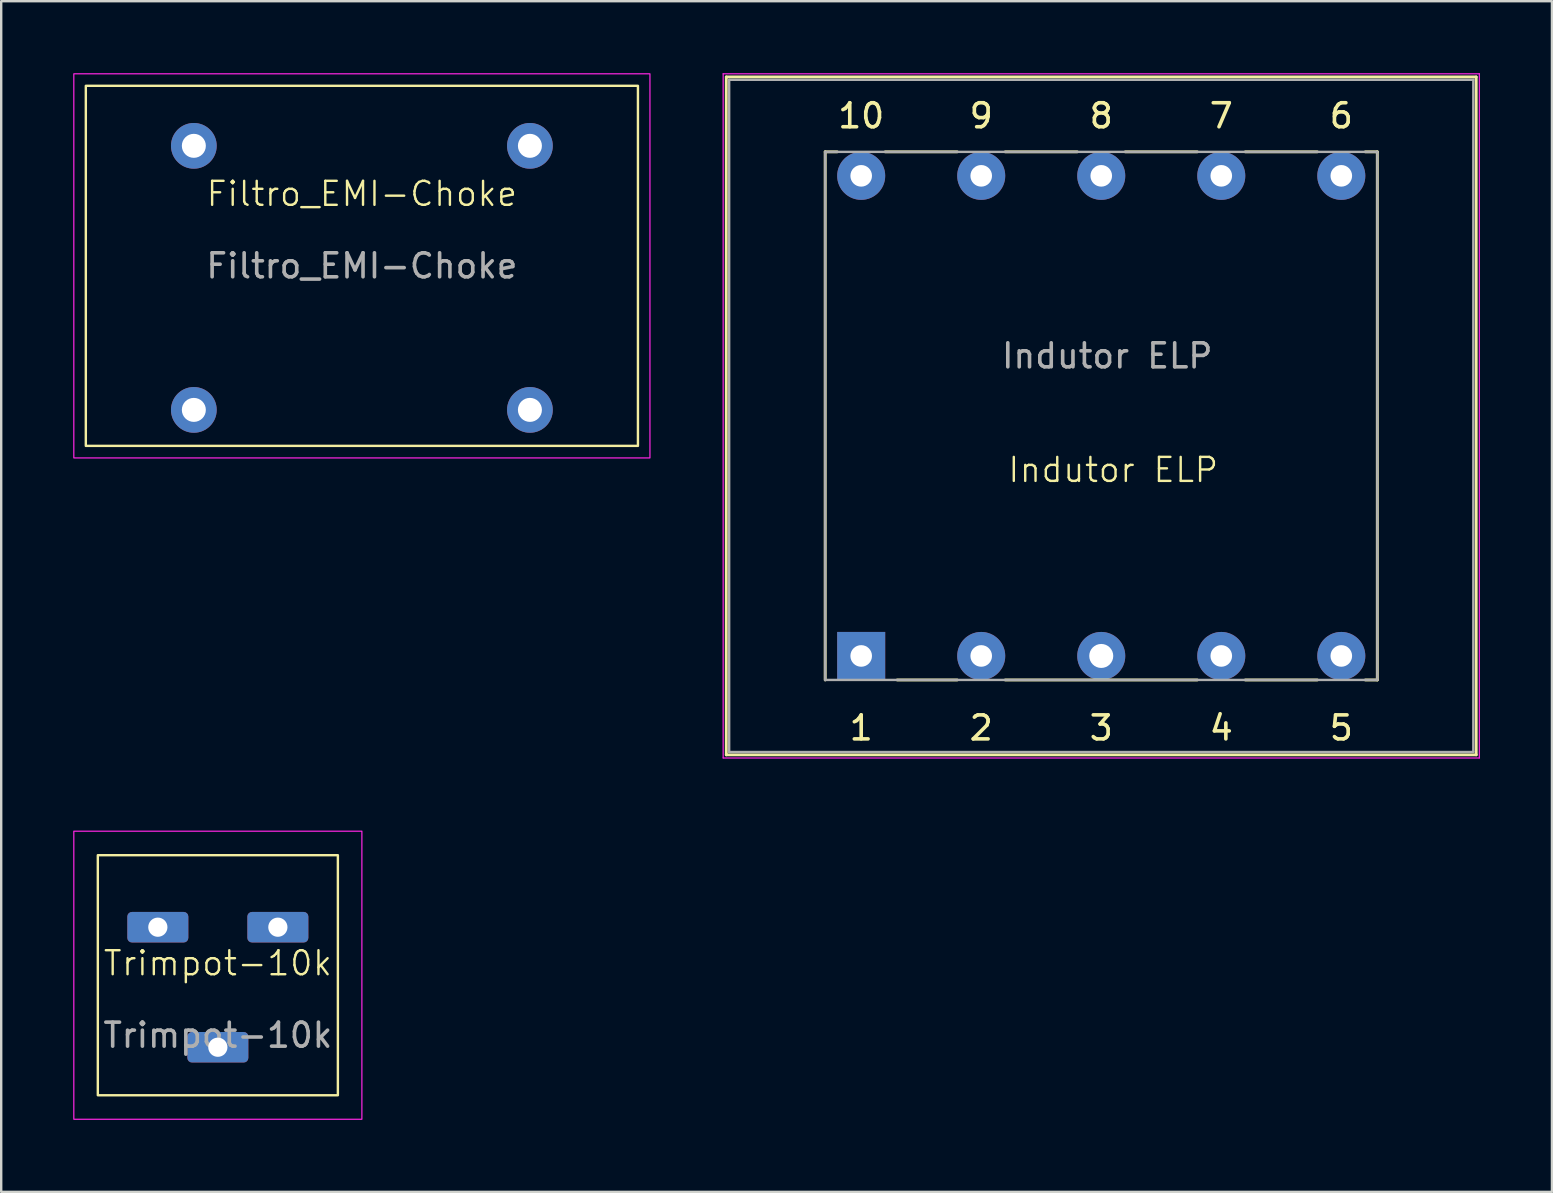
<source format=kicad_pcb>
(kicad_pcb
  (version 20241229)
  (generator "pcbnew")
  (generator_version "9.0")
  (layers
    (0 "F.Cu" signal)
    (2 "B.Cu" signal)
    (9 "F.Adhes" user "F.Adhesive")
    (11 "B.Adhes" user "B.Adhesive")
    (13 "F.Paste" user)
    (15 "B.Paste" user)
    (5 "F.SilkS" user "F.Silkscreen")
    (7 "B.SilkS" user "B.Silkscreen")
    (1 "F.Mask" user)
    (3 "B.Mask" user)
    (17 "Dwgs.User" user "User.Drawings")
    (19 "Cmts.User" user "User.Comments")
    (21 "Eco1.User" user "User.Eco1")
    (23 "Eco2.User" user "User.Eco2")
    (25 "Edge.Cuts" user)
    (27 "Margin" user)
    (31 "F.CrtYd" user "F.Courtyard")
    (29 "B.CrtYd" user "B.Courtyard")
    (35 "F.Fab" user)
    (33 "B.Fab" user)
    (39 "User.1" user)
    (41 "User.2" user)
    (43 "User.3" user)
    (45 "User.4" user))
  (footprint "Trimpot-10k"
    (layer "F.Cu")
    (at 6.025 37.575)
    (property "Reference" "Trimpot-10k" (at 0 -0.5 0) (unlocked yes) (layer "F.SilkS") (effects (font (size 1 1) (thickness 0.1))))
    (attr through_hole)
    (fp_rect (start -5 -5) (end 5 5) (stroke (width 0.1) (type default)) (fill no) (layer "F.SilkS"))
    (fp_rect (start -6 -6) (end 6 6) (stroke (width 0.05) (type default)) (fill no) (layer "F.CrtYd"))
    (fp_text user "${REFERENCE}" (at 0 2.5 0) (unlocked yes) (layer "F.Fab") (effects (font (size 1 1) (thickness 0.15))))
    (pad "1" thru_hole roundrect (at -2.5 -2) (size 2.54 1.27) (drill 0.8) (layers "*.Cu" "*.Mask") (roundrect_rratio 0.15))
    (pad "2" thru_hole roundrect (at 2.5 -2) (size 2.54 1.27) (drill 0.8) (layers "*.Cu" "*.Mask") (roundrect_rratio 0.15))
    (pad "3" thru_hole roundrect (at 0 3) (size 2.54 1.27) (drill 0.8) (layers "*.Cu" "*.Mask") (roundrect_rratio 0.15)))
  (footprint "Indutor ELP"
    (layer "F.Cu")
    (at 43.325 17.025)
    (property "Reference" "Indutor ELP" (at 0 -0.5 0) (unlocked yes) (layer "F.SilkS") (effects (font (size 1 1) (thickness 0.1))))
    (attr through_hole)
    (fp_line (start -16.12 -16.87) (end -16.12 11.37) (stroke (width 0.12) (type solid)) (layer "F.SilkS"))
    (fp_line (start -16.12 -16.87) (end 15.12 -16.87) (stroke (width 0.12) (type solid)) (layer "F.SilkS"))
    (fp_line (start -12 -13.75) (end -12 8.25) (stroke (width 0.12) (type solid)) (layer "F.SilkS"))
    (fp_line (start -11.5 -13.75) (end -12 -13.75) (stroke (width 0.12) (type solid)) (layer "F.SilkS"))
    (fp_line (start -9 8.25) (end -6.5 8.25) (stroke (width 0.12) (type solid)) (layer "F.SilkS"))
    (fp_line (start -6.5 -13.75) (end -9.5 -13.75) (stroke (width 0.12) (type solid)) (layer "F.SilkS"))
    (fp_line (start -4.5 8.25) (end 3.5 8.25) (stroke (width 0.12) (type solid)) (layer "F.SilkS"))
    (fp_line (start -1.5 -13.75) (end -4.5 -13.75) (stroke (width 0.12) (type solid)) (layer "F.SilkS"))
    (fp_line (start 3.5 -13.75) (end 0.5 -13.75) (stroke (width 0.12) (type solid)) (layer "F.SilkS"))
    (fp_line (start 5.5 8.25) (end 8.5 8.25) (stroke (width 0.12) (type solid)) (layer "F.SilkS"))
    (fp_line (start 8.5 -13.75) (end 5.5 -13.75) (stroke (width 0.12) (type solid)) (layer "F.SilkS"))
    (fp_line (start 10.5 8.25) (end 11 8.25) (stroke (width 0.12) (type solid)) (layer "F.SilkS"))
    (fp_line (start 11 -13.75) (end 10.5 -13.75) (stroke (width 0.12) (type solid)) (layer "F.SilkS"))
    (fp_line (start 11 8.25) (end 11 -13.75) (stroke (width 0.12) (type solid)) (layer "F.SilkS"))
    (fp_line (start 15.12 11.37) (end -16.12 11.37) (stroke (width 0.12) (type solid)) (layer "F.SilkS"))
    (fp_line (start 15.12 11.37) (end 15.12 -16.87) (stroke (width 0.12) (type solid)) (layer "F.SilkS"))
    (fp_line (start -16.25 -17) (end -16.25 11.5) (stroke (width 0.05) (type solid)) (layer "F.CrtYd"))
    (fp_line (start -16.25 -17) (end 15.25 -17) (stroke (width 0.05) (type solid)) (layer "F.CrtYd"))
    (fp_line (start 15.25 11.5) (end -16.25 11.5) (stroke (width 0.05) (type solid)) (layer "F.CrtYd"))
    (fp_line (start 15.25 11.5) (end 15.25 -17) (stroke (width 0.05) (type solid)) (layer "F.CrtYd"))
    (fp_line (start -16 -16.75) (end 15 -16.75) (stroke (width 0.1) (type solid)) (layer "F.Fab"))
    (fp_line (start -16 11.25) (end -16 -16.75) (stroke (width 0.1) (type solid)) (layer "F.Fab"))
    (fp_line (start -12 -13.75) (end -12 8.25) (stroke (width 0.1) (type solid)) (layer "F.Fab"))
    (fp_line (start -12 8.25) (end 11 8.25) (stroke (width 0.1) (type solid)) (layer "F.Fab"))
    (fp_line (start 11 -13.75) (end -12 -13.75) (stroke (width 0.1) (type solid)) (layer "F.Fab"))
    (fp_line (start 11 8.25) (end 11 -13.75) (stroke (width 0.1) (type solid)) (layer "F.Fab"))
    (fp_line (start 15 -16.75) (end 15 11.25) (stroke (width 0.1) (type solid)) (layer "F.Fab"))
    (fp_line (start 15 11.25) (end -16 11.25) (stroke (width 0.1) (type solid)) (layer "F.Fab"))
    (fp_text user "4" (at 4.5 10.25 0) (layer "F.SilkS") (effects (font (size 1 1) (thickness 0.15))))
    (fp_text user "7" (at 4.5 -15.25 0) (layer "F.SilkS") (effects (font (size 1 1) (thickness 0.15))))
    (fp_text user "5" (at 9.5 10.25 0) (layer "F.SilkS") (effects (font (size 1 1) (thickness 0.15))))
    (fp_text user "10" (at -10.5 -15.25 0) (layer "F.SilkS") (effects (font (size 1 1) (thickness 0.15))))
    (fp_text user "3" (at -0.5 10.25 0) (layer "F.SilkS") (effects (font (size 1 1) (thickness 0.15))))
    (fp_text user "9" (at -5.5 -15.25 0) (layer "F.SilkS") (effects (font (size 1 1) (thickness 0.15))))
    (fp_text user "6" (at 9.5 -15.25 0) (layer "F.SilkS") (effects (font (size 1 1) (thickness 0.15))))
    (fp_text user "1" (at -10.5 10.25 0) (layer "F.SilkS") (effects (font (size 1 1) (thickness 0.15))))
    (fp_text user "8" (at -0.5 -15.25 0) (layer "F.SilkS") (effects (font (size 1 1) (thickness 0.15))))
    (fp_text user "2" (at -5.5 10.25 0) (layer "F.SilkS") (effects (font (size 1 1) (thickness 0.15))))
    (fp_text user "${REFERENCE}" (at -0.25 -5.25 0) (unlocked yes) (layer "F.Fab") (effects (font (size 1 1) (thickness 0.15))))
    (pad "1" thru_hole rect (at -10.5 7.25) (size 2 2) (drill 0.9) (layers "*.Cu" "*.Mask"))
    (pad "2" thru_hole circle (at -5.5 7.25) (size 2 2) (drill 0.9) (layers "*.Cu" "*.Mask"))
    (pad "3" thru_hole circle (at -0.5 7.25) (size 2 2) (drill 1) (layers "*.Cu" "*.Mask"))
    (pad "4" thru_hole circle (at 4.5 7.25) (size 2 2) (drill 0.9) (layers "*.Cu" "*.Mask"))
    (pad "5" thru_hole circle (at 9.5 7.25) (size 2 2) (drill 0.9) (layers "*.Cu" "*.Mask"))
    (pad "6" thru_hole circle (at 9.5 -12.75) (size 2 2) (drill 0.9) (layers "*.Cu" "*.Mask"))
    (pad "7" thru_hole circle (at 4.5 -12.75) (size 2 2) (drill 0.9) (layers "*.Cu" "*.Mask"))
    (pad "8" thru_hole circle (at -0.5 -12.75) (size 2 2) (drill 0.9) (layers "*.Cu" "*.Mask"))
    (pad "9" thru_hole circle (at -5.5 -12.75) (size 2 2) (drill 0.9) (layers "*.Cu" "*.Mask"))
    (pad "10" thru_hole circle (at -10.5 -12.75) (size 2 2) (drill 0.9) (layers "*.Cu" "*.Mask")))
  (footprint "Filtro_EMI-Choke"
    (layer "F.Cu")
    (at 12.025 5.525)
    (property "Reference" "Filtro_EMI-Choke" (at 0 -0.5 0) (unlocked yes) (layer "F.SilkS") (effects (font (size 1 1) (thickness 0.1))))
    (attr through_hole)
    (fp_rect (start -11.5 -5) (end 11.5 10) (stroke (width 0.1) (type solid)) (fill no) (layer "F.SilkS"))
    (fp_rect (start -12 -5.5) (end 12 10.5) (stroke (width 0.05) (type default)) (fill no) (layer "F.CrtYd"))
    (fp_text user "${REFERENCE}" (at 0 2.5 0) (unlocked yes) (layer "F.Fab") (effects (font (size 1 1) (thickness 0.15))))
    (pad "1" thru_hole circle (at -7 -2.5) (size 1.905 1.905) (drill 1) (layers "*.Cu" "*.Mask"))
    (pad "2" thru_hole circle (at 7 -2.5) (size 1.905 1.905) (drill 1) (layers "*.Cu" "*.Mask"))
    (pad "3" thru_hole circle (at -7 8.5) (size 1.905 1.905) (drill 1) (layers "*.Cu" "*.Mask"))
    (pad "4" thru_hole circle (at 7 8.5) (size 1.905 1.905) (drill 1) (layers "*.Cu" "*.Mask")))
  (gr_rect
    (start -3 -3)
    (end 61.6 46.6)
    (stroke (width 0.1) (type default))
    (fill no)
    (layer "Edge.Cuts")))
</source>
